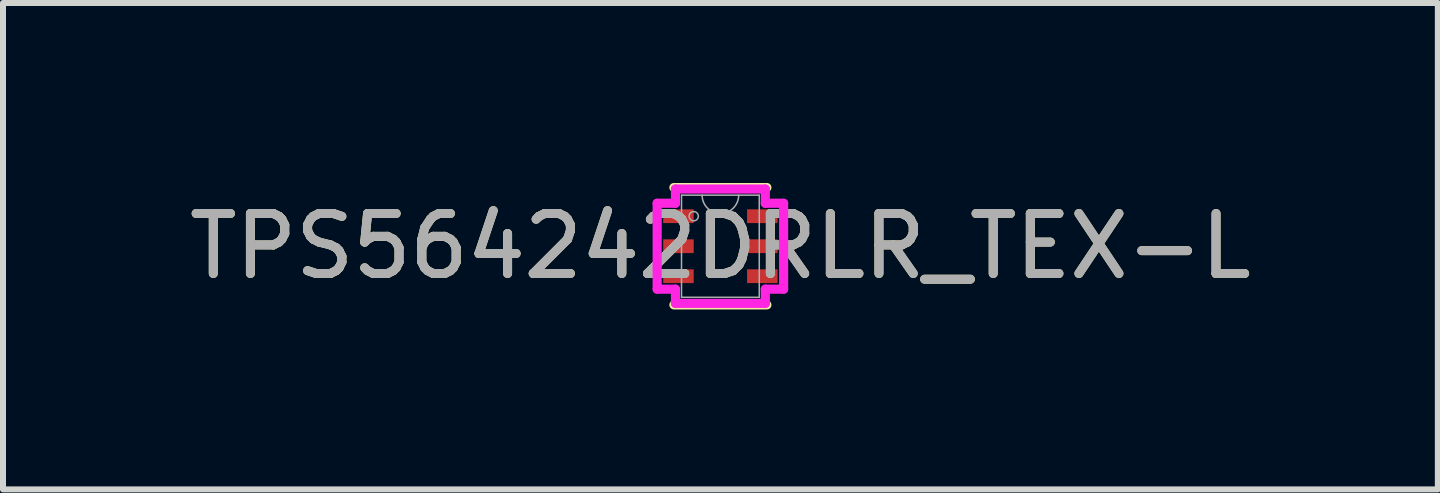
<source format=kicad_pcb>
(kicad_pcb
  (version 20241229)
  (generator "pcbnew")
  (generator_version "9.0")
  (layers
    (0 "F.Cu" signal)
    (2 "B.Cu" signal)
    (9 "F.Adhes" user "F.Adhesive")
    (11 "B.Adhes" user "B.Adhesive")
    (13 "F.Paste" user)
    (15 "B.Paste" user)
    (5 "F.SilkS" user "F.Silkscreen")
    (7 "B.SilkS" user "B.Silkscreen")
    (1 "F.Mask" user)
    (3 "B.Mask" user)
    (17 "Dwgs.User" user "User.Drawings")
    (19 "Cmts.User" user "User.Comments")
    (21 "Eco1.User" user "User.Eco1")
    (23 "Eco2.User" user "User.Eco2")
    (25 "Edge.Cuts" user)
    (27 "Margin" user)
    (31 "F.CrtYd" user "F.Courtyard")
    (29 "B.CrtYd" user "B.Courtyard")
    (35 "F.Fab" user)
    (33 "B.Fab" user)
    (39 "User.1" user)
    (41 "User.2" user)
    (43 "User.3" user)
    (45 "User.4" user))
  (footprint "TPS564242DRLR_TEX-L"
    (layer "F.Cu")
    (at 8.958 1.054)
    (property "Reference" "TPS564242DRLR_TEX-L" (at 0 0 0) (unlocked yes) (layer "F.SilkS") (effects (font (size 1 1) (thickness 0.15))))
    (attr smd)
    (fp_line (start -0.775 0.978) (end 0.775 0.978) (stroke (width 0.152) (type solid)) (layer "F.SilkS"))
    (fp_line (start 0.775 -0.978) (end -0.775 -0.978) (stroke (width 0.152) (type solid)) (layer "F.SilkS"))
    (fp_line (start -1.054 -0.716) (end -0.749 -0.716) (stroke (width 0.152) (type solid)) (layer "F.CrtYd"))
    (fp_line (start -1.054 0.716) (end -1.054 -0.716) (stroke (width 0.152) (type solid)) (layer "F.CrtYd"))
    (fp_line (start -0.749 -0.953) (end 0.749 -0.953) (stroke (width 0.152) (type solid)) (layer "F.CrtYd"))
    (fp_line (start -0.749 -0.716) (end -0.749 -0.953) (stroke (width 0.152) (type solid)) (layer "F.CrtYd"))
    (fp_line (start -0.749 0.716) (end -1.054 0.716) (stroke (width 0.152) (type solid)) (layer "F.CrtYd"))
    (fp_line (start -0.749 0.953) (end -0.749 0.716) (stroke (width 0.152) (type solid)) (layer "F.CrtYd"))
    (fp_line (start 0.749 -0.953) (end 0.749 -0.716) (stroke (width 0.152) (type solid)) (layer "F.CrtYd"))
    (fp_line (start 0.749 -0.716) (end 1.054 -0.716) (stroke (width 0.152) (type solid)) (layer "F.CrtYd"))
    (fp_line (start 0.749 0.716) (end 0.749 0.953) (stroke (width 0.152) (type solid)) (layer "F.CrtYd"))
    (fp_line (start 0.749 0.953) (end -0.749 0.953) (stroke (width 0.152) (type solid)) (layer "F.CrtYd"))
    (fp_line (start 1.054 -0.716) (end 1.054 0.716) (stroke (width 0.152) (type solid)) (layer "F.CrtYd"))
    (fp_line (start 1.054 0.716) (end 0.749 0.716) (stroke (width 0.152) (type solid)) (layer "F.CrtYd"))
    (fp_line (start -0.648 -0.851) (end -0.648 0.851) (stroke (width 0.025) (type solid)) (layer "F.Fab"))
    (fp_line (start -0.648 0.851) (end 0.648 0.851) (stroke (width 0.025) (type solid)) (layer "F.Fab"))
    (fp_line (start 0.648 -0.851) (end -0.648 -0.851) (stroke (width 0.025) (type solid)) (layer "F.Fab"))
    (fp_line (start 0.648 0.851) (end 0.648 -0.851) (stroke (width 0.025) (type solid)) (layer "F.Fab"))
    (fp_arc (start 0.3048 -0.8509) (mid 0 -0.5461) (end -0.3048 -0.8509) (stroke (width 0.0254) (type solid)) (layer "F.Fab"))
    (fp_circle (center -0.445 -0.5) (end -0.368 -0.5) (stroke (width 0.025) (type solid)) (fill no) (layer "F.Fab"))
    (fp_text user "${REFERENCE}" (at 0 0 0) (unlocked yes) (layer "F.Fab") (effects (font (size 1 1) (thickness 0.15))))
    (pad "1" smd rect (at -0.699 -0.5) (size 0.508 0.229) (layers "F.Cu" "F.Mask" "F.Paste"))
    (pad "2" smd rect (at -0.699 0) (size 0.508 0.229) (layers "F.Cu" "F.Mask" "F.Paste"))
    (pad "3" smd rect (at -0.699 0.5) (size 0.508 0.229) (layers "F.Cu" "F.Mask" "F.Paste"))
    (pad "4" smd rect (at 0.699 0.5) (size 0.508 0.229) (layers "F.Cu" "F.Mask" "F.Paste"))
    (pad "5" smd rect (at 0.699 0) (size 0.508 0.229) (layers "F.Cu" "F.Mask" "F.Paste"))
    (pad "6" smd rect (at 0.699 -0.5) (size 0.508 0.229) (layers "F.Cu" "F.Mask" "F.Paste")))
  (gr_rect
    (start -3 -3)
    (end 20.917 5.108)
    (stroke (width 0.1) (type default))
    (fill no)
    (layer "Edge.Cuts")))
</source>
